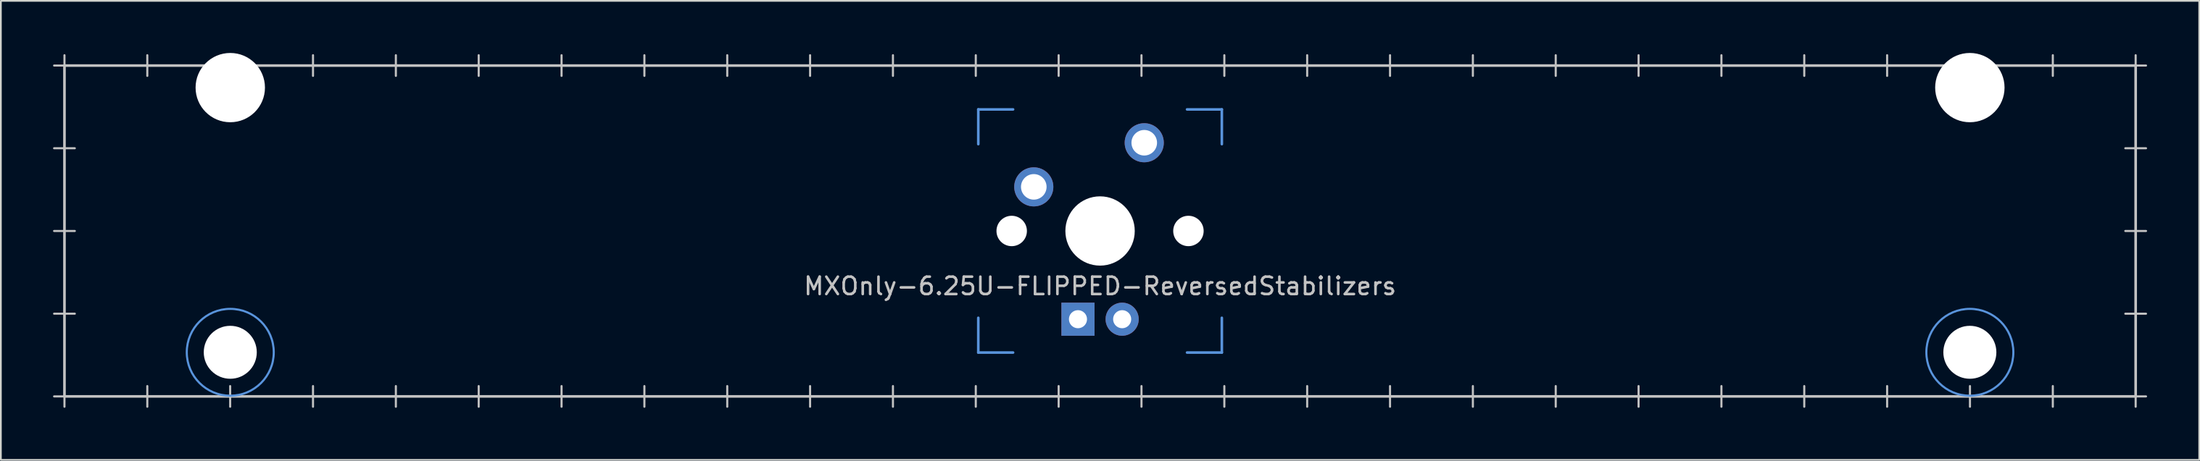
<source format=kicad_pcb>
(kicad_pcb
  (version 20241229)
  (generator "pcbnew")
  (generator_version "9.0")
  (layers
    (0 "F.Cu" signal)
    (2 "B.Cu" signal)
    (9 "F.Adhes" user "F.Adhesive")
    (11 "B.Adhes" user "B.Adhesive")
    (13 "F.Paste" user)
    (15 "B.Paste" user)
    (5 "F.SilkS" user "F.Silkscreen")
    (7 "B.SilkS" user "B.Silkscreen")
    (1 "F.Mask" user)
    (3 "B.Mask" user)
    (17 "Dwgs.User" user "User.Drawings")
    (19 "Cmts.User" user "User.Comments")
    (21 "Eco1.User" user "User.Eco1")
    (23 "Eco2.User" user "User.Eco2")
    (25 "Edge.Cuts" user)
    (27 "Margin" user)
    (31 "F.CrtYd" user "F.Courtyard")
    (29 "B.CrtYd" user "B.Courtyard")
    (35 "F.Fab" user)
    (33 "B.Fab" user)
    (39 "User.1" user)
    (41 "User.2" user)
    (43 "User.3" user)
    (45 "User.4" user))
  (footprint "MXOnly-6.25U-FLIPPED-ReversedStabilizers"
    (layer "F.Cu")
    (at 60.187 10.249)
    (property "Reference" "MXOnly-6.25U-FLIPPED-ReversedStabilizers" (at 0 3.175 0) (layer "Dwgs.User") (effects (font (size 1 1) (thickness 0.15))))
    (attr through_hole)
    (fp_line (start -60.127 -9.525) (end -59.531 -9.525) (stroke (width 0.12) (type solid)) (layer "Dwgs.User"))
    (fp_line (start -60.127 -0.000008) (end -58.936 -0.000008) (stroke (width 0.12) (type solid)) (layer "Dwgs.User"))
    (fp_line (start -60.127 4.762) (end -58.936 4.762) (stroke (width 0.12) (type solid)) (layer "Dwgs.User"))
    (fp_line (start -60.127 9.525) (end -59.531 9.525) (stroke (width 0.12) (type solid)) (layer "Dwgs.User"))
    (fp_line (start -59.531 10.12) (end -59.531 9.525) (stroke (width 0.12) (type solid)) (layer "Dwgs.User"))
    (fp_line (start -59.531 -10.12) (end -59.531 -9.525) (stroke (width 0.12) (type solid)) (layer "Dwgs.User"))
    (fp_line (start -59.531 -9.525) (end 59.531 -9.525) (stroke (width 0.15) (type solid)) (layer "Dwgs.User"))
    (fp_line (start -59.531 9.525) (end -59.531 -9.525) (stroke (width 0.15) (type solid)) (layer "Dwgs.User"))
    (fp_line (start -59.531 9.525) (end 59.531 9.525) (stroke (width 0.15) (type solid)) (layer "Dwgs.User"))
    (fp_line (start -58.936 -4.763) (end -60.127 -4.763) (stroke (width 0.12) (type solid)) (layer "Dwgs.User"))
    (fp_line (start -54.769 8.93) (end -54.769 10.12) (stroke (width 0.12) (type solid)) (layer "Dwgs.User"))
    (fp_line (start -54.769 -10.12) (end -54.769 -8.93) (stroke (width 0.12) (type solid)) (layer "Dwgs.User"))
    (fp_line (start -50.006 8.93) (end -50.006 10.12) (stroke (width 0.12) (type solid)) (layer "Dwgs.User"))
    (fp_line (start -50.006 -10.12) (end -50.006 -8.93) (stroke (width 0.12) (type solid)) (layer "Dwgs.User"))
    (fp_line (start -45.244 10.12) (end -45.244 8.93) (stroke (width 0.12) (type solid)) (layer "Dwgs.User"))
    (fp_line (start -45.244 -8.93) (end -45.244 -10.12) (stroke (width 0.12) (type solid)) (layer "Dwgs.User"))
    (fp_line (start -40.481 8.93) (end -40.481 10.12) (stroke (width 0.12) (type solid)) (layer "Dwgs.User"))
    (fp_line (start -40.481 -10.12) (end -40.481 -8.93) (stroke (width 0.12) (type solid)) (layer "Dwgs.User"))
    (fp_line (start -35.719 10.12) (end -35.719 8.93) (stroke (width 0.12) (type solid)) (layer "Dwgs.User"))
    (fp_line (start -35.719 -8.93) (end -35.719 -10.12) (stroke (width 0.12) (type solid)) (layer "Dwgs.User"))
    (fp_line (start -30.956 8.93) (end -30.956 10.12) (stroke (width 0.12) (type solid)) (layer "Dwgs.User"))
    (fp_line (start -30.956 -10.12) (end -30.956 -8.93) (stroke (width 0.12) (type solid)) (layer "Dwgs.User"))
    (fp_line (start -26.194 10.12) (end -26.194 8.93) (stroke (width 0.12) (type solid)) (layer "Dwgs.User"))
    (fp_line (start -26.194 -8.93) (end -26.194 -10.12) (stroke (width 0.12) (type solid)) (layer "Dwgs.User"))
    (fp_line (start -21.431 8.93) (end -21.431 10.12) (stroke (width 0.12) (type solid)) (layer "Dwgs.User"))
    (fp_line (start -21.431 -10.12) (end -21.431 -8.93) (stroke (width 0.12) (type solid)) (layer "Dwgs.User"))
    (fp_line (start -16.669 10.12) (end -16.669 8.93) (stroke (width 0.12) (type solid)) (layer "Dwgs.User"))
    (fp_line (start -16.669 -8.93) (end -16.669 -10.12) (stroke (width 0.12) (type solid)) (layer "Dwgs.User"))
    (fp_line (start -11.906 8.93) (end -11.906 10.12) (stroke (width 0.12) (type solid)) (layer "Dwgs.User"))
    (fp_line (start -11.906 -10.12) (end -11.906 -8.93) (stroke (width 0.12) (type solid)) (layer "Dwgs.User"))
    (fp_line (start -7.144 10.12) (end -7.144 8.93) (stroke (width 0.12) (type solid)) (layer "Dwgs.User"))
    (fp_line (start -7.144 -8.93) (end -7.144 -10.12) (stroke (width 0.12) (type solid)) (layer "Dwgs.User"))
    (fp_line (start -2.381 -8.93) (end -2.381 -10.12) (stroke (width 0.12) (type solid)) (layer "Dwgs.User"))
    (fp_line (start -2.381 10.12) (end -2.381 8.93) (stroke (width 0.12) (type solid)) (layer "Dwgs.User"))
    (fp_line (start 2.381 -10.12) (end 2.381 -8.93) (stroke (width 0.12) (type solid)) (layer "Dwgs.User"))
    (fp_line (start 2.381 8.93) (end 2.381 10.12) (stroke (width 0.12) (type solid)) (layer "Dwgs.User"))
    (fp_line (start 7.144 -8.93) (end 7.144 -10.12) (stroke (width 0.12) (type solid)) (layer "Dwgs.User"))
    (fp_line (start 7.144 10.12) (end 7.144 8.93) (stroke (width 0.12) (type solid)) (layer "Dwgs.User"))
    (fp_line (start 11.906 -10.12) (end 11.906 -8.93) (stroke (width 0.12) (type solid)) (layer "Dwgs.User"))
    (fp_line (start 11.906 8.93) (end 11.906 10.12) (stroke (width 0.12) (type solid)) (layer "Dwgs.User"))
    (fp_line (start 16.669 -8.93) (end 16.669 -10.12) (stroke (width 0.12) (type solid)) (layer "Dwgs.User"))
    (fp_line (start 16.669 10.12) (end 16.669 8.93) (stroke (width 0.12) (type solid)) (layer "Dwgs.User"))
    (fp_line (start 21.431 -10.12) (end 21.431 -8.93) (stroke (width 0.12) (type solid)) (layer "Dwgs.User"))
    (fp_line (start 21.431 8.93) (end 21.431 10.12) (stroke (width 0.12) (type solid)) (layer "Dwgs.User"))
    (fp_line (start 26.194 -8.93) (end 26.194 -10.12) (stroke (width 0.12) (type solid)) (layer "Dwgs.User"))
    (fp_line (start 26.194 10.12) (end 26.194 8.93) (stroke (width 0.12) (type solid)) (layer "Dwgs.User"))
    (fp_line (start 30.956 -10.12) (end 30.956 -8.93) (stroke (width 0.12) (type solid)) (layer "Dwgs.User"))
    (fp_line (start 30.956 8.93) (end 30.956 10.12) (stroke (width 0.12) (type solid)) (layer "Dwgs.User"))
    (fp_line (start 35.719 -8.93) (end 35.719 -10.12) (stroke (width 0.12) (type solid)) (layer "Dwgs.User"))
    (fp_line (start 35.719 10.12) (end 35.719 8.93) (stroke (width 0.12) (type solid)) (layer "Dwgs.User"))
    (fp_line (start 40.481 -10.12) (end 40.481 -8.93) (stroke (width 0.12) (type solid)) (layer "Dwgs.User"))
    (fp_line (start 40.481 8.93) (end 40.481 10.12) (stroke (width 0.12) (type solid)) (layer "Dwgs.User"))
    (fp_line (start 45.244 -8.93) (end 45.244 -10.12) (stroke (width 0.12) (type solid)) (layer "Dwgs.User"))
    (fp_line (start 45.244 10.12) (end 45.244 8.93) (stroke (width 0.12) (type solid)) (layer "Dwgs.User"))
    (fp_line (start 50.006 -10.12) (end 50.006 -8.93) (stroke (width 0.12) (type solid)) (layer "Dwgs.User"))
    (fp_line (start 50.006 8.93) (end 50.006 10.12) (stroke (width 0.12) (type solid)) (layer "Dwgs.User"))
    (fp_line (start 54.769 -8.93) (end 54.769 -10.12) (stroke (width 0.12) (type solid)) (layer "Dwgs.User"))
    (fp_line (start 54.769 10.12) (end 54.769 8.93) (stroke (width 0.12) (type solid)) (layer "Dwgs.User"))
    (fp_line (start 58.936 4.763) (end 60.127 4.763) (stroke (width 0.12) (type solid)) (layer "Dwgs.User"))
    (fp_line (start 59.531 -9.525) (end 59.531 9.525) (stroke (width 0.15) (type solid)) (layer "Dwgs.User"))
    (fp_line (start 59.531 10.12) (end 59.531 9.525) (stroke (width 0.12) (type solid)) (layer "Dwgs.User"))
    (fp_line (start 59.531 -10.12) (end 59.531 -9.525) (stroke (width 0.12) (type solid)) (layer "Dwgs.User"))
    (fp_line (start 60.127 -9.525) (end 59.531 -9.525) (stroke (width 0.12) (type solid)) (layer "Dwgs.User"))
    (fp_line (start 60.127 -4.763) (end 58.936 -4.763) (stroke (width 0.12) (type solid)) (layer "Dwgs.User"))
    (fp_line (start 60.127 0) (end 58.936 0) (stroke (width 0.12) (type solid)) (layer "Dwgs.User"))
    (fp_line (start 60.127 9.525) (end 59.531 9.525) (stroke (width 0.12) (type solid)) (layer "Dwgs.User"))
    (fp_line (start -7 -7) (end -7 -5) (stroke (width 0.15) (type solid)) (layer "Cmts.User"))
    (fp_line (start -7 7) (end -7 5) (stroke (width 0.15) (type solid)) (layer "Cmts.User"))
    (fp_line (start -5 -7) (end -7 -7) (stroke (width 0.15) (type solid)) (layer "Cmts.User"))
    (fp_line (start -5 7) (end -7 7) (stroke (width 0.15) (type solid)) (layer "Cmts.User"))
    (fp_line (start 5 -7) (end 7 -7) (stroke (width 0.15) (type solid)) (layer "Cmts.User"))
    (fp_line (start 7 -7) (end 7 -5) (stroke (width 0.15) (type solid)) (layer "Cmts.User"))
    (fp_line (start 7 5) (end 7 7) (stroke (width 0.15) (type solid)) (layer "Cmts.User"))
    (fp_line (start 7 7) (end 5 7) (stroke (width 0.15) (type solid)) (layer "Cmts.User"))
    (fp_circle (center -50 6.985) (end -52.5 6.985) (stroke (width 0.12) (type solid)) (fill no) (layer "Cmts.User"))
    (fp_circle (center 50 6.985) (end 47.5 6.985) (stroke (width 0.12) (type solid)) (fill no) (layer "Cmts.User"))
    (pad "" np_thru_hole circle (at -50 -8.255) (size 3.988 3.988) (drill 3.988) (layers "*.Cu" "*.Mask"))
    (pad "" np_thru_hole circle (at -50 6.985) (size 3.048 3.048) (drill 3.048) (layers "*.Cu" "*.Mask"))
    (pad "" np_thru_hole circle (at -5.08 0 48.1) (size 1.75 1.75) (drill 1.75) (layers "*.Cu" "*.Mask"))
    (pad "" np_thru_hole circle (at 0 0) (size 3.988 3.988) (drill 3.988) (layers "*.Cu" "*.Mask"))
    (pad "" np_thru_hole circle (at 5.08 0 48.1) (size 1.75 1.75) (drill 1.75) (layers "*.Cu" "*.Mask"))
    (pad "" np_thru_hole circle (at 50 -8.255) (size 3.988 3.988) (drill 3.988) (layers "*.Cu" "*.Mask"))
    (pad "" np_thru_hole circle (at 50 6.985) (size 3.048 3.048) (drill 3.048) (layers "*.Cu" "*.Mask"))
    (pad "1" thru_hole circle (at -3.81 -2.54) (size 2.25 2.25) (drill 1.47) (layers "*.Cu" "B.Mask"))
    (pad "2" thru_hole circle (at 2.54 -5.08) (size 2.25 2.25) (drill 1.47) (layers "*.Cu" "B.Mask"))
    (pad "3" thru_hole circle (at 1.27 5.08) (size 1.905 1.905) (drill 1.04) (layers "*.Cu" "B.Mask"))
    (pad "4" thru_hole rect (at -1.27 5.08) (size 1.905 1.905) (drill 1.04) (layers "*.Cu" "B.Mask")))
  (gr_rect
    (start -3 -3)
    (end 123.373 23.429)
    (stroke (width 0.1) (type default))
    (fill no)
    (layer "Edge.Cuts")))
</source>
